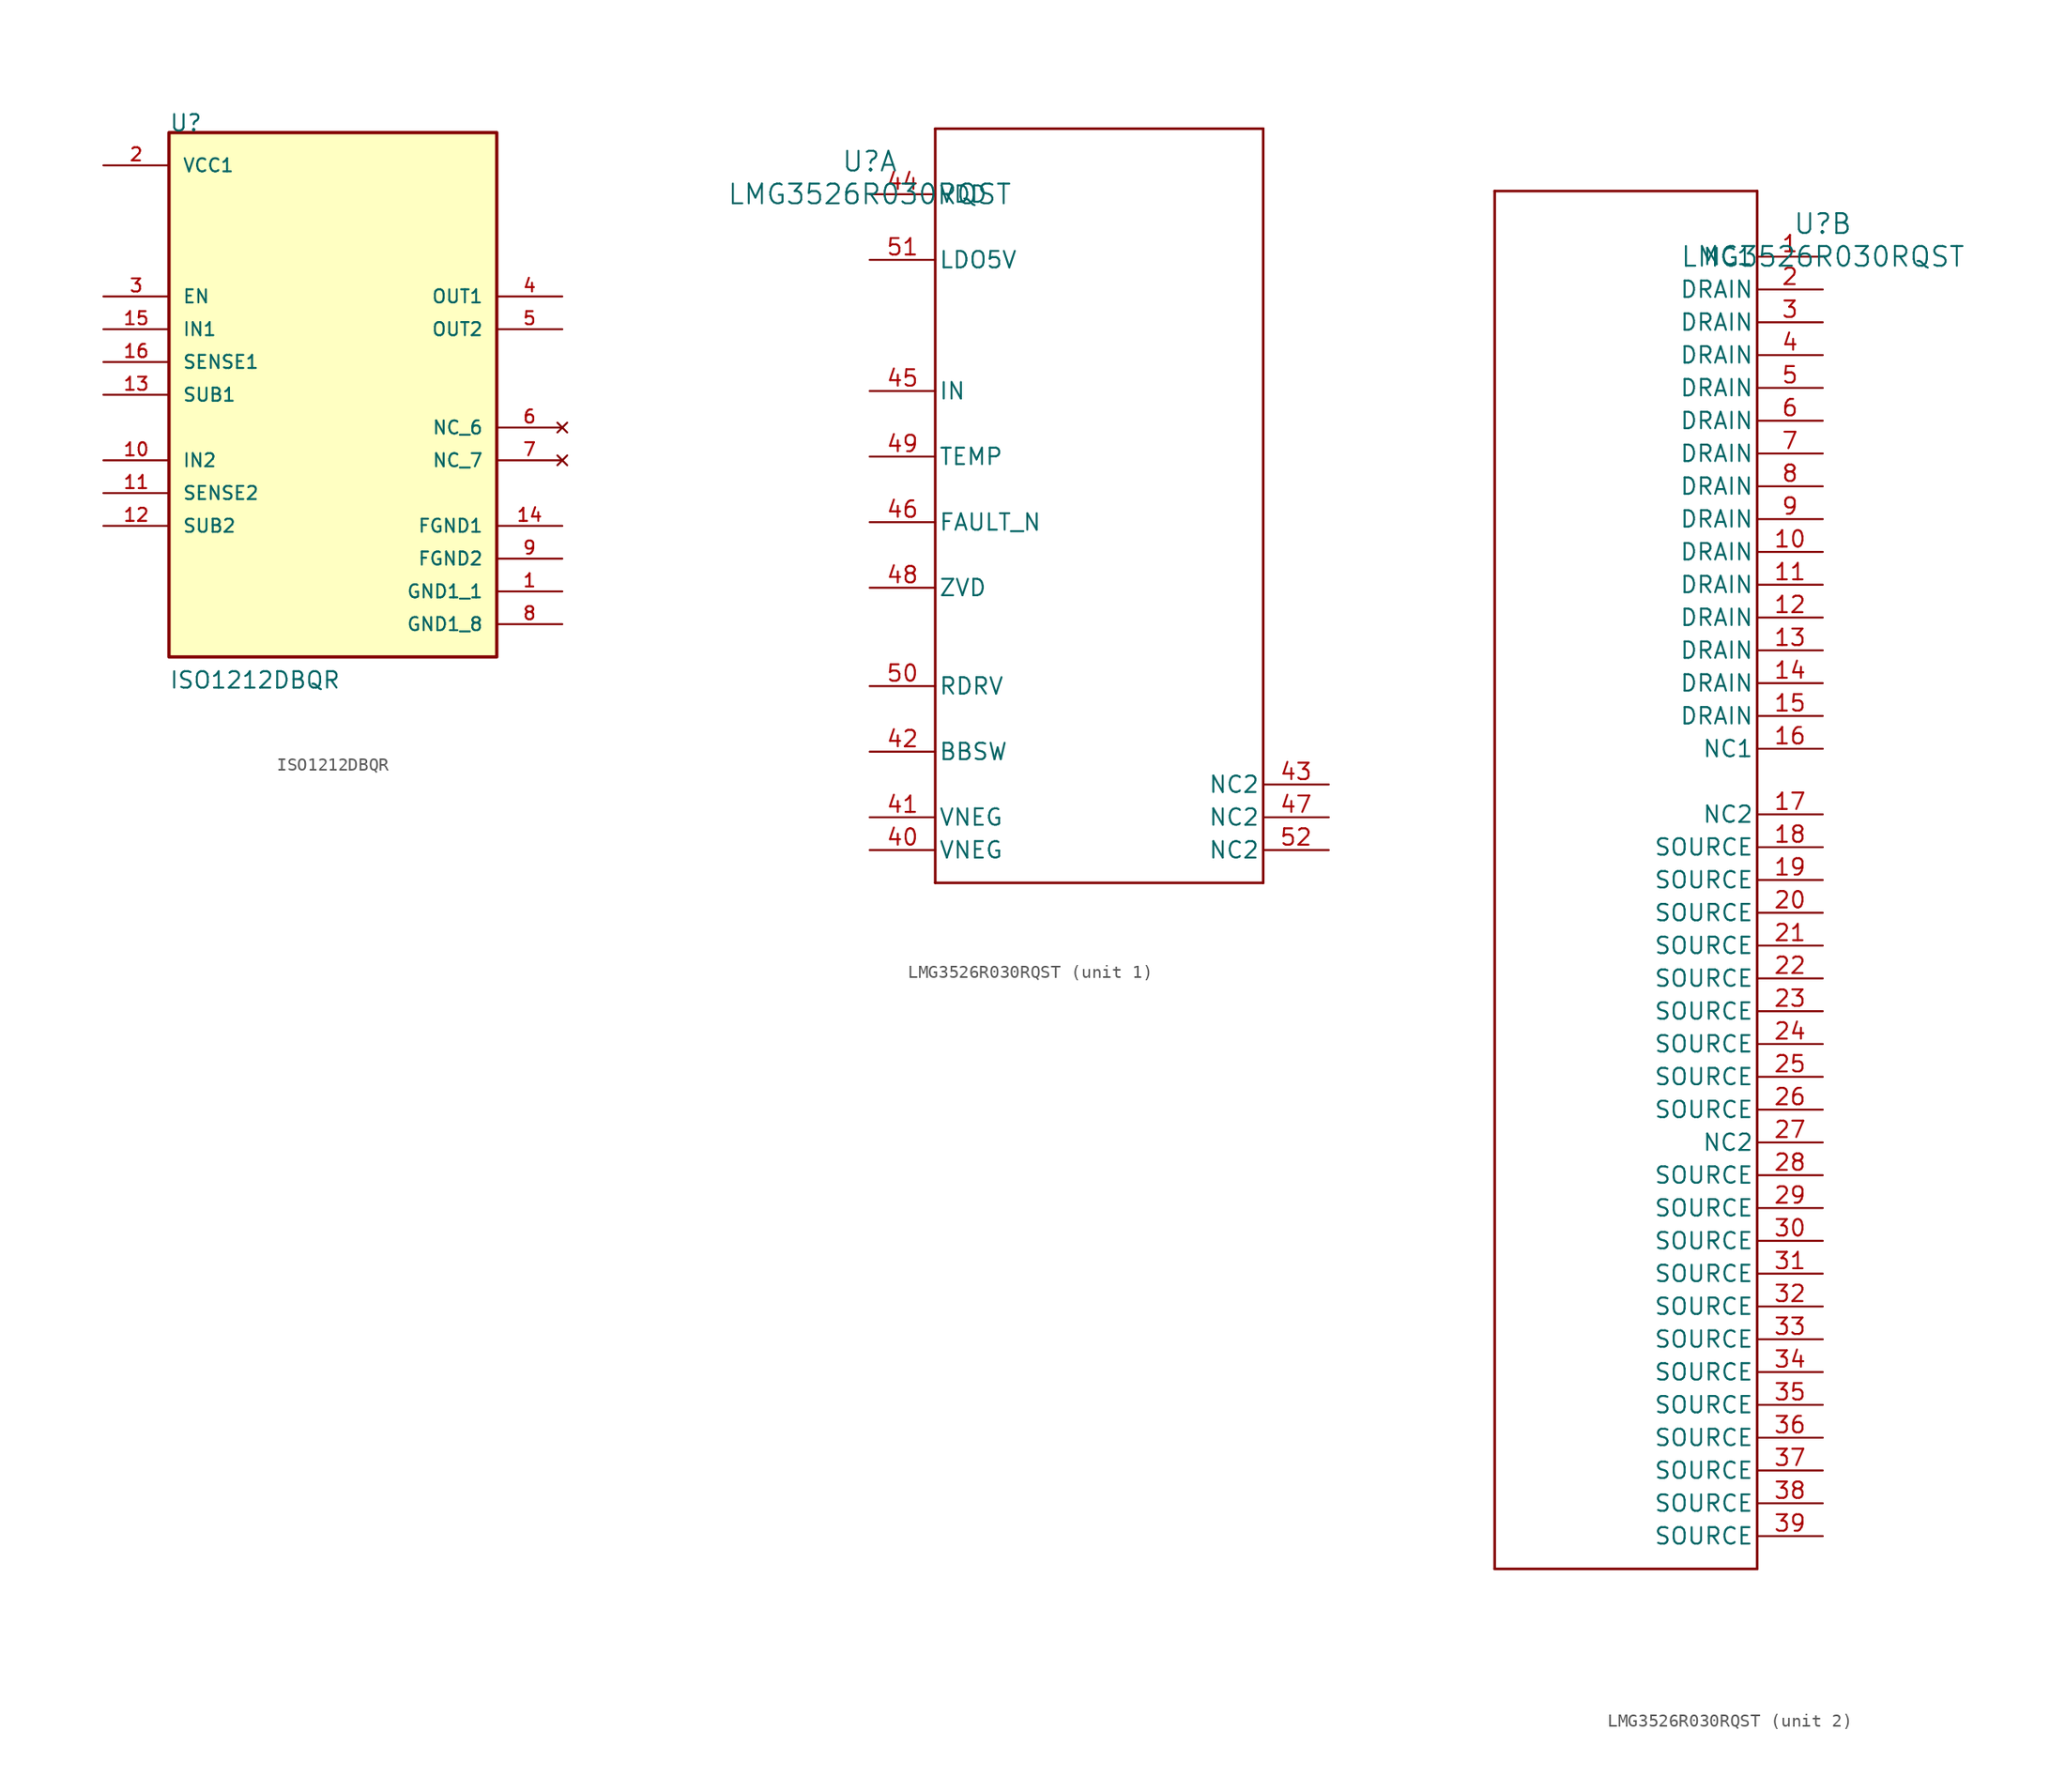
<source format=kicad_sym>
(kicad_symbol_lib
  (version 20231120)
  (generator "kicad_symbol_editor")
  (generator_version "8.0")
  (symbol "ISO1212DBQR"
    (pin_names
      (offset 1.016))
    (property "Reference" "U"
      (at -12.7 20.32 0)
      (effects (font (size 1.27 1.27)) (justify left bottom)))
    (property "Value" "ISO1212DBQR"
      (at -12.7 -22.86 0)
      (effects (font (size 1.27 1.27)) (justify left bottom)))
    (symbol "ISO1212DBQR_0_0"
      (rectangle (start -12.7 -20.32) (end 12.7 20.32) (stroke (width 0.254) (type default)) (fill (type background)))
      (pin power_in line (at 17.78 -15.24 180) (length 5.08) (name "GND1_1" (effects (font (size 1.016 1.016)))) (number "1" (effects (font (size 1.016 1.016)))))
      (pin input line (at -17.78 -5.08 0) (length 5.08) (name "IN2" (effects (font (size 1.016 1.016)))) (number "10" (effects (font (size 1.016 1.016)))))
      (pin input line (at -17.78 -7.62 0) (length 5.08) (name "SENSE2" (effects (font (size 1.016 1.016)))) (number "11" (effects (font (size 1.016 1.016)))))
      (pin passive line (at -17.78 -10.16 0) (length 5.08) (name "SUB2" (effects (font (size 1.016 1.016)))) (number "12" (effects (font (size 1.016 1.016)))))
      (pin passive line (at -17.78 0 0) (length 5.08) (name "SUB1" (effects (font (size 1.016 1.016)))) (number "13" (effects (font (size 1.016 1.016)))))
      (pin power_in line (at 17.78 -10.16 180) (length 5.08) (name "FGND1" (effects (font (size 1.016 1.016)))) (number "14" (effects (font (size 1.016 1.016)))))
      (pin input line (at -17.78 5.08 0) (length 5.08) (name "IN1" (effects (font (size 1.016 1.016)))) (number "15" (effects (font (size 1.016 1.016)))))
      (pin input line (at -17.78 2.54 0) (length 5.08) (name "SENSE1" (effects (font (size 1.016 1.016)))) (number "16" (effects (font (size 1.016 1.016)))))
      (pin power_in line (at -17.78 17.78 0) (length 5.08) (name "VCC1" (effects (font (size 1.016 1.016)))) (number "2" (effects (font (size 1.016 1.016)))))
      (pin input line (at -17.78 7.62 0) (length 5.08) (name "EN" (effects (font (size 1.016 1.016)))) (number "3" (effects (font (size 1.016 1.016)))))
      (pin output line (at 17.78 7.62 180) (length 5.08) (name "OUT1" (effects (font (size 1.016 1.016)))) (number "4" (effects (font (size 1.016 1.016)))))
      (pin output line (at 17.78 5.08 180) (length 5.08) (name "OUT2" (effects (font (size 1.016 1.016)))) (number "5" (effects (font (size 1.016 1.016)))))
      (pin no_connect line (at 17.78 -2.54 180) (length 5.08) (name "NC_6" (effects (font (size 1.016 1.016)))) (number "6" (effects (font (size 1.016 1.016)))))
      (pin no_connect line (at 17.78 -5.08 180) (length 5.08) (name "NC_7" (effects (font (size 1.016 1.016)))) (number "7" (effects (font (size 1.016 1.016)))))
      (pin power_in line (at 17.78 -17.78 180) (length 5.08) (name "GND1_8" (effects (font (size 1.016 1.016)))) (number "8" (effects (font (size 1.016 1.016)))))
      (pin power_in line (at 17.78 -12.7 180) (length 5.08) (name "FGND2" (effects (font (size 1.016 1.016)))) (number "9" (effects (font (size 1.016 1.016)))))))
  (symbol "LMG3526R030RQST"
    (pin_names
      (offset 0.254))
    (property "Reference" "U"
      (at 0 2.54 0)
      (effects (font (size 1.524 1.524))))
    (property "Value" "LMG3526R030RQST"
      (at 0 0 0)
      (effects (font (size 1.524 1.524))))
    (property "ki_locked" ""
      (at 0 0 0)
      (effects (font (size 1.27 1.27))))
    (symbol "LMG3526R030RQST_1_1"
      (polyline (pts (xy 5.08 -53.34) (xy 30.48 -53.34)) (stroke (width 0.203) (type default)) (fill (type none)))
      (polyline (pts (xy 5.08 5.08) (xy 5.08 -53.34)) (stroke (width 0.203) (type default)) (fill (type none)))
      (polyline (pts (xy 30.48 -53.34) (xy 30.48 5.08)) (stroke (width 0.203) (type default)) (fill (type none)))
      (polyline (pts (xy 30.48 5.08) (xy 5.08 5.08)) (stroke (width 0.203) (type default)) (fill (type none)))
      (pin unspecified line (at 0 -50.8 0) (length 5.08) (name "VNEG" (effects (font (size 1.27 1.27)))) (number "40" (effects (font (size 1.27 1.27)))))
      (pin unspecified line (at 0 -48.26 0) (length 5.08) (name "VNEG" (effects (font (size 1.27 1.27)))) (number "41" (effects (font (size 1.27 1.27)))))
      (pin unspecified line (at 0 -43.18 0) (length 5.08) (name "BBSW" (effects (font (size 1.27 1.27)))) (number "42" (effects (font (size 1.27 1.27)))))
      (pin unspecified line (at 35.56 -45.72 180) (length 5.08) (name "NC2" (effects (font (size 1.27 1.27)))) (number "43" (effects (font (size 1.27 1.27)))))
      (pin power_in line (at 0 0 0) (length 5.08) (name "VDD" (effects (font (size 1.27 1.27)))) (number "44" (effects (font (size 1.27 1.27)))))
      (pin unspecified line (at 0 -15.24 0) (length 5.08) (name "IN" (effects (font (size 1.27 1.27)))) (number "45" (effects (font (size 1.27 1.27)))))
      (pin output line (at 0 -25.4 0) (length 5.08) (name "FAULT_N" (effects (font (size 1.27 1.27)))) (number "46" (effects (font (size 1.27 1.27)))))
      (pin unspecified line (at 35.56 -48.26 180) (length 5.08) (name "NC2" (effects (font (size 1.27 1.27)))) (number "47" (effects (font (size 1.27 1.27)))))
      (pin output line (at 0 -30.48 0) (length 5.08) (name "ZVD" (effects (font (size 1.27 1.27)))) (number "48" (effects (font (size 1.27 1.27)))))
      (pin unspecified line (at 0 -20.32 0) (length 5.08) (name "TEMP" (effects (font (size 1.27 1.27)))) (number "49" (effects (font (size 1.27 1.27)))))
      (pin unspecified line (at 0 -38.1 0) (length 5.08) (name "RDRV" (effects (font (size 1.27 1.27)))) (number "50" (effects (font (size 1.27 1.27)))))
      (pin unspecified line (at 0 -5.08 0) (length 5.08) (name "LDO5V" (effects (font (size 1.27 1.27)))) (number "51" (effects (font (size 1.27 1.27)))))
      (pin unspecified line (at 35.56 -50.8 180) (length 5.08) (name "NC2" (effects (font (size 1.27 1.27)))) (number "52" (effects (font (size 1.27 1.27))))))
    (symbol "LMG3526R030RQST_2_1"
      (polyline (pts (xy -25.4 -101.6) (xy -5.08 -101.6)) (stroke (width 0.203) (type default)) (fill (type none)))
      (polyline (pts (xy -25.4 5.08) (xy -25.4 -101.6)) (stroke (width 0.203) (type default)) (fill (type none)))
      (polyline (pts (xy -5.08 -101.6) (xy -5.08 5.08)) (stroke (width 0.203) (type default)) (fill (type none)))
      (polyline (pts (xy -5.08 5.08) (xy -25.4 5.08)) (stroke (width 0.203) (type default)) (fill (type none)))
      (pin unspecified line (at 0 0 180) (length 5.08) (name "NC1" (effects (font (size 1.27 1.27)))) (number "1" (effects (font (size 1.27 1.27)))))
      (pin unspecified line (at 0 -22.86 180) (length 5.08) (name "DRAIN" (effects (font (size 1.27 1.27)))) (number "10" (effects (font (size 1.27 1.27)))))
      (pin unspecified line (at 0 -25.4 180) (length 5.08) (name "DRAIN" (effects (font (size 1.27 1.27)))) (number "11" (effects (font (size 1.27 1.27)))))
      (pin unspecified line (at 0 -27.94 180) (length 5.08) (name "DRAIN" (effects (font (size 1.27 1.27)))) (number "12" (effects (font (size 1.27 1.27)))))
      (pin unspecified line (at 0 -30.48 180) (length 5.08) (name "DRAIN" (effects (font (size 1.27 1.27)))) (number "13" (effects (font (size 1.27 1.27)))))
      (pin unspecified line (at 0 -33.02 180) (length 5.08) (name "DRAIN" (effects (font (size 1.27 1.27)))) (number "14" (effects (font (size 1.27 1.27)))))
      (pin unspecified line (at 0 -35.56 180) (length 5.08) (name "DRAIN" (effects (font (size 1.27 1.27)))) (number "15" (effects (font (size 1.27 1.27)))))
      (pin unspecified line (at 0 -38.1 180) (length 5.08) (name "NC1" (effects (font (size 1.27 1.27)))) (number "16" (effects (font (size 1.27 1.27)))))
      (pin unspecified line (at 0 -43.18 180) (length 5.08) (name "NC2" (effects (font (size 1.27 1.27)))) (number "17" (effects (font (size 1.27 1.27)))))
      (pin unspecified line (at 0 -45.72 180) (length 5.08) (name "SOURCE" (effects (font (size 1.27 1.27)))) (number "18" (effects (font (size 1.27 1.27)))))
      (pin unspecified line (at 0 -48.26 180) (length 5.08) (name "SOURCE" (effects (font (size 1.27 1.27)))) (number "19" (effects (font (size 1.27 1.27)))))
      (pin unspecified line (at 0 -2.54 180) (length 5.08) (name "DRAIN" (effects (font (size 1.27 1.27)))) (number "2" (effects (font (size 1.27 1.27)))))
      (pin unspecified line (at 0 -50.8 180) (length 5.08) (name "SOURCE" (effects (font (size 1.27 1.27)))) (number "20" (effects (font (size 1.27 1.27)))))
      (pin unspecified line (at 0 -53.34 180) (length 5.08) (name "SOURCE" (effects (font (size 1.27 1.27)))) (number "21" (effects (font (size 1.27 1.27)))))
      (pin unspecified line (at 0 -55.88 180) (length 5.08) (name "SOURCE" (effects (font (size 1.27 1.27)))) (number "22" (effects (font (size 1.27 1.27)))))
      (pin unspecified line (at 0 -58.42 180) (length 5.08) (name "SOURCE" (effects (font (size 1.27 1.27)))) (number "23" (effects (font (size 1.27 1.27)))))
      (pin unspecified line (at 0 -60.96 180) (length 5.08) (name "SOURCE" (effects (font (size 1.27 1.27)))) (number "24" (effects (font (size 1.27 1.27)))))
      (pin unspecified line (at 0 -63.5 180) (length 5.08) (name "SOURCE" (effects (font (size 1.27 1.27)))) (number "25" (effects (font (size 1.27 1.27)))))
      (pin unspecified line (at 0 -66.04 180) (length 5.08) (name "SOURCE" (effects (font (size 1.27 1.27)))) (number "26" (effects (font (size 1.27 1.27)))))
      (pin unspecified line (at 0 -68.58 180) (length 5.08) (name "NC2" (effects (font (size 1.27 1.27)))) (number "27" (effects (font (size 1.27 1.27)))))
      (pin unspecified line (at 0 -71.12 180) (length 5.08) (name "SOURCE" (effects (font (size 1.27 1.27)))) (number "28" (effects (font (size 1.27 1.27)))))
      (pin unspecified line (at 0 -73.66 180) (length 5.08) (name "SOURCE" (effects (font (size 1.27 1.27)))) (number "29" (effects (font (size 1.27 1.27)))))
      (pin unspecified line (at 0 -5.08 180) (length 5.08) (name "DRAIN" (effects (font (size 1.27 1.27)))) (number "3" (effects (font (size 1.27 1.27)))))
      (pin unspecified line (at 0 -76.2 180) (length 5.08) (name "SOURCE" (effects (font (size 1.27 1.27)))) (number "30" (effects (font (size 1.27 1.27)))))
      (pin unspecified line (at 0 -78.74 180) (length 5.08) (name "SOURCE" (effects (font (size 1.27 1.27)))) (number "31" (effects (font (size 1.27 1.27)))))
      (pin unspecified line (at 0 -81.28 180) (length 5.08) (name "SOURCE" (effects (font (size 1.27 1.27)))) (number "32" (effects (font (size 1.27 1.27)))))
      (pin unspecified line (at 0 -83.82 180) (length 5.08) (name "SOURCE" (effects (font (size 1.27 1.27)))) (number "33" (effects (font (size 1.27 1.27)))))
      (pin unspecified line (at 0 -86.36 180) (length 5.08) (name "SOURCE" (effects (font (size 1.27 1.27)))) (number "34" (effects (font (size 1.27 1.27)))))
      (pin unspecified line (at 0 -88.9 180) (length 5.08) (name "SOURCE" (effects (font (size 1.27 1.27)))) (number "35" (effects (font (size 1.27 1.27)))))
      (pin unspecified line (at 0 -91.44 180) (length 5.08) (name "SOURCE" (effects (font (size 1.27 1.27)))) (number "36" (effects (font (size 1.27 1.27)))))
      (pin unspecified line (at 0 -93.98 180) (length 5.08) (name "SOURCE" (effects (font (size 1.27 1.27)))) (number "37" (effects (font (size 1.27 1.27)))))
      (pin unspecified line (at 0 -96.52 180) (length 5.08) (name "SOURCE" (effects (font (size 1.27 1.27)))) (number "38" (effects (font (size 1.27 1.27)))))
      (pin unspecified line (at 0 -99.06 180) (length 5.08) (name "SOURCE" (effects (font (size 1.27 1.27)))) (number "39" (effects (font (size 1.27 1.27)))))
      (pin unspecified line (at 0 -7.62 180) (length 5.08) (name "DRAIN" (effects (font (size 1.27 1.27)))) (number "4" (effects (font (size 1.27 1.27)))))
      (pin unspecified line (at 0 -10.16 180) (length 5.08) (name "DRAIN" (effects (font (size 1.27 1.27)))) (number "5" (effects (font (size 1.27 1.27)))))
      (pin unspecified line (at 0 -12.7 180) (length 5.08) (name "DRAIN" (effects (font (size 1.27 1.27)))) (number "6" (effects (font (size 1.27 1.27)))))
      (pin unspecified line (at 0 -15.24 180) (length 5.08) (name "DRAIN" (effects (font (size 1.27 1.27)))) (number "7" (effects (font (size 1.27 1.27)))))
      (pin unspecified line (at 0 -17.78 180) (length 5.08) (name "DRAIN" (effects (font (size 1.27 1.27)))) (number "8" (effects (font (size 1.27 1.27)))))
      (pin unspecified line (at 0 -20.32 180) (length 5.08) (name "DRAIN" (effects (font (size 1.27 1.27)))) (number "9" (effects (font (size 1.27 1.27))))))))
</source>
